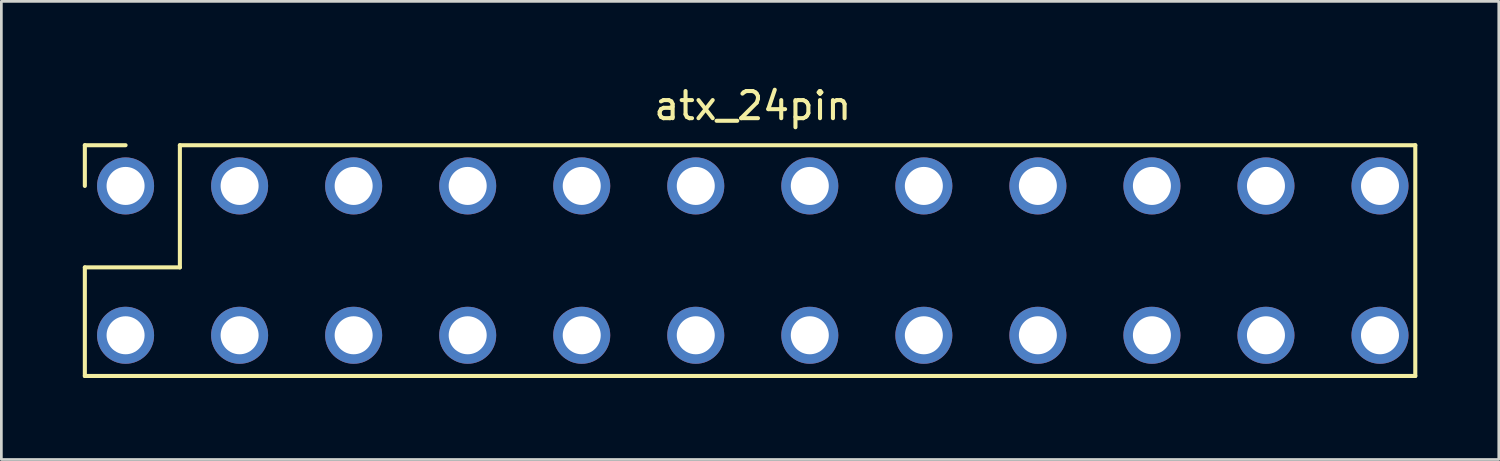
<source format=kicad_pcb>
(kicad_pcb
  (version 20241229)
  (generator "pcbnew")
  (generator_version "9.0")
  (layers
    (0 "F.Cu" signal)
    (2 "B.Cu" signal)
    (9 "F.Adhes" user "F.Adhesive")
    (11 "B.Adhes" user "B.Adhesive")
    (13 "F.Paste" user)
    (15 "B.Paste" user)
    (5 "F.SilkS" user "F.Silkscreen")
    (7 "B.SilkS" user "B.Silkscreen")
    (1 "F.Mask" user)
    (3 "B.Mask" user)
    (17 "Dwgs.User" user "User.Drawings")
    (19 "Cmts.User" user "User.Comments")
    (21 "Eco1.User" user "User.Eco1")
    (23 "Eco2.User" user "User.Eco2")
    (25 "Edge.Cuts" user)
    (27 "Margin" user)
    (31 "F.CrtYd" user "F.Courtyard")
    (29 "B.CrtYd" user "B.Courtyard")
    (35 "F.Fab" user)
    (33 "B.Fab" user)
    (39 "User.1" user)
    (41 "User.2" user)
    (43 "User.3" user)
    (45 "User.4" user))
  (footprint "atx_24pin"
    (layer "F.Cu")
    (at 24.675 6.548)
    (property "Reference" "atx_24pin" (at 0 -5.7 0) (layer "F.SilkS") (effects (font (size 1 1) (thickness 0.15))))
    (attr through_hole)
    (fp_line (start -24.6 -4.25) (end -23.1 -4.25) (stroke (width 0.15) (type solid)) (layer "F.SilkS"))
    (fp_line (start -24.6 -2.75) (end -24.6 -4.25) (stroke (width 0.15) (type solid)) (layer "F.SilkS"))
    (fp_line (start -24.6 0.25) (end -21.1 0.25) (stroke (width 0.15) (type solid)) (layer "F.SilkS"))
    (fp_line (start -24.6 4.25) (end -24.6 0.25) (stroke (width 0.15) (type solid)) (layer "F.SilkS"))
    (fp_line (start -21.1 -4.25) (end 24.4 -4.25) (stroke (width 0.15) (type solid)) (layer "F.SilkS"))
    (fp_line (start -21.1 0.25) (end -21.1 -4.25) (stroke (width 0.15) (type solid)) (layer "F.SilkS"))
    (fp_line (start 24.4 -4.25) (end 24.4 4.25) (stroke (width 0.15) (type solid)) (layer "F.SilkS"))
    (fp_line (start 24.4 4.25) (end -24.6 4.25) (stroke (width 0.15) (type solid)) (layer "F.SilkS"))
    (pad "1" thru_hole circle (at -23.1 -2.75) (size 2.1 2.1) (drill 1.4) (layers "*.Cu" "*.Mask"))
    (pad "2" thru_hole circle (at -18.9 -2.75) (size 2.1 2.1) (drill 1.4) (layers "*.Cu" "*.Mask"))
    (pad "3" thru_hole circle (at -14.7 -2.75) (size 2.1 2.1) (drill 1.4) (layers "*.Cu" "*.Mask"))
    (pad "4" thru_hole circle (at -10.5 -2.75) (size 2.1 2.1) (drill 1.4) (layers "*.Cu" "*.Mask"))
    (pad "5" thru_hole circle (at -6.3 -2.75) (size 2.1 2.1) (drill 1.4) (layers "*.Cu" "*.Mask"))
    (pad "6" thru_hole circle (at -2.1 -2.75) (size 2.1 2.1) (drill 1.4) (layers "*.Cu" "*.Mask"))
    (pad "7" thru_hole circle (at 2.1 -2.75) (size 2.1 2.1) (drill 1.4) (layers "*.Cu" "*.Mask"))
    (pad "8" thru_hole circle (at 6.3 -2.75) (size 2.1 2.1) (drill 1.4) (layers "*.Cu" "*.Mask"))
    (pad "9" thru_hole circle (at 10.5 -2.75) (size 2.1 2.1) (drill 1.4) (layers "*.Cu" "*.Mask"))
    (pad "10" thru_hole circle (at 14.7 -2.75) (size 2.1 2.1) (drill 1.4) (layers "*.Cu" "*.Mask"))
    (pad "11" thru_hole circle (at 18.9 -2.75) (size 2.1 2.1) (drill 1.4) (layers "*.Cu" "*.Mask"))
    (pad "12" thru_hole circle (at 23.1 -2.75) (size 2.1 2.1) (drill 1.4) (layers "*.Cu" "*.Mask"))
    (pad "13" thru_hole circle (at -23.1 2.75) (size 2.1 2.1) (drill 1.4) (layers "*.Cu" "*.Mask"))
    (pad "14" thru_hole circle (at -18.9 2.75) (size 2.1 2.1) (drill 1.4) (layers "*.Cu" "*.Mask"))
    (pad "15" thru_hole circle (at -14.7 2.75) (size 2.1 2.1) (drill 1.4) (layers "*.Cu" "*.Mask"))
    (pad "16" thru_hole circle (at -10.5 2.75) (size 2.1 2.1) (drill 1.4) (layers "*.Cu" "*.Mask"))
    (pad "17" thru_hole circle (at -6.3 2.75) (size 2.1 2.1) (drill 1.4) (layers "*.Cu" "*.Mask"))
    (pad "18" thru_hole circle (at -2.1 2.75) (size 2.1 2.1) (drill 1.4) (layers "*.Cu" "*.Mask"))
    (pad "19" thru_hole circle (at 2.1 2.75) (size 2.1 2.1) (drill 1.4) (layers "*.Cu" "*.Mask"))
    (pad "20" thru_hole circle (at 6.3 2.75) (size 2.1 2.1) (drill 1.4) (layers "*.Cu" "*.Mask"))
    (pad "21" thru_hole circle (at 10.5 2.75) (size 2.1 2.1) (drill 1.4) (layers "*.Cu" "*.Mask"))
    (pad "22" thru_hole circle (at 14.7 2.75) (size 2.1 2.1) (drill 1.4) (layers "*.Cu" "*.Mask"))
    (pad "23" thru_hole circle (at 18.9 2.75) (size 2.1 2.1) (drill 1.4) (layers "*.Cu" "*.Mask"))
    (pad "24" thru_hole circle (at 23.1 2.75) (size 2.1 2.1) (drill 1.4) (layers "*.Cu" "*.Mask")))
  (gr_rect
    (start -3 -3)
    (end 52.15 13.873)
    (stroke (width 0.1) (type default))
    (fill no)
    (layer "Edge.Cuts")))
</source>
